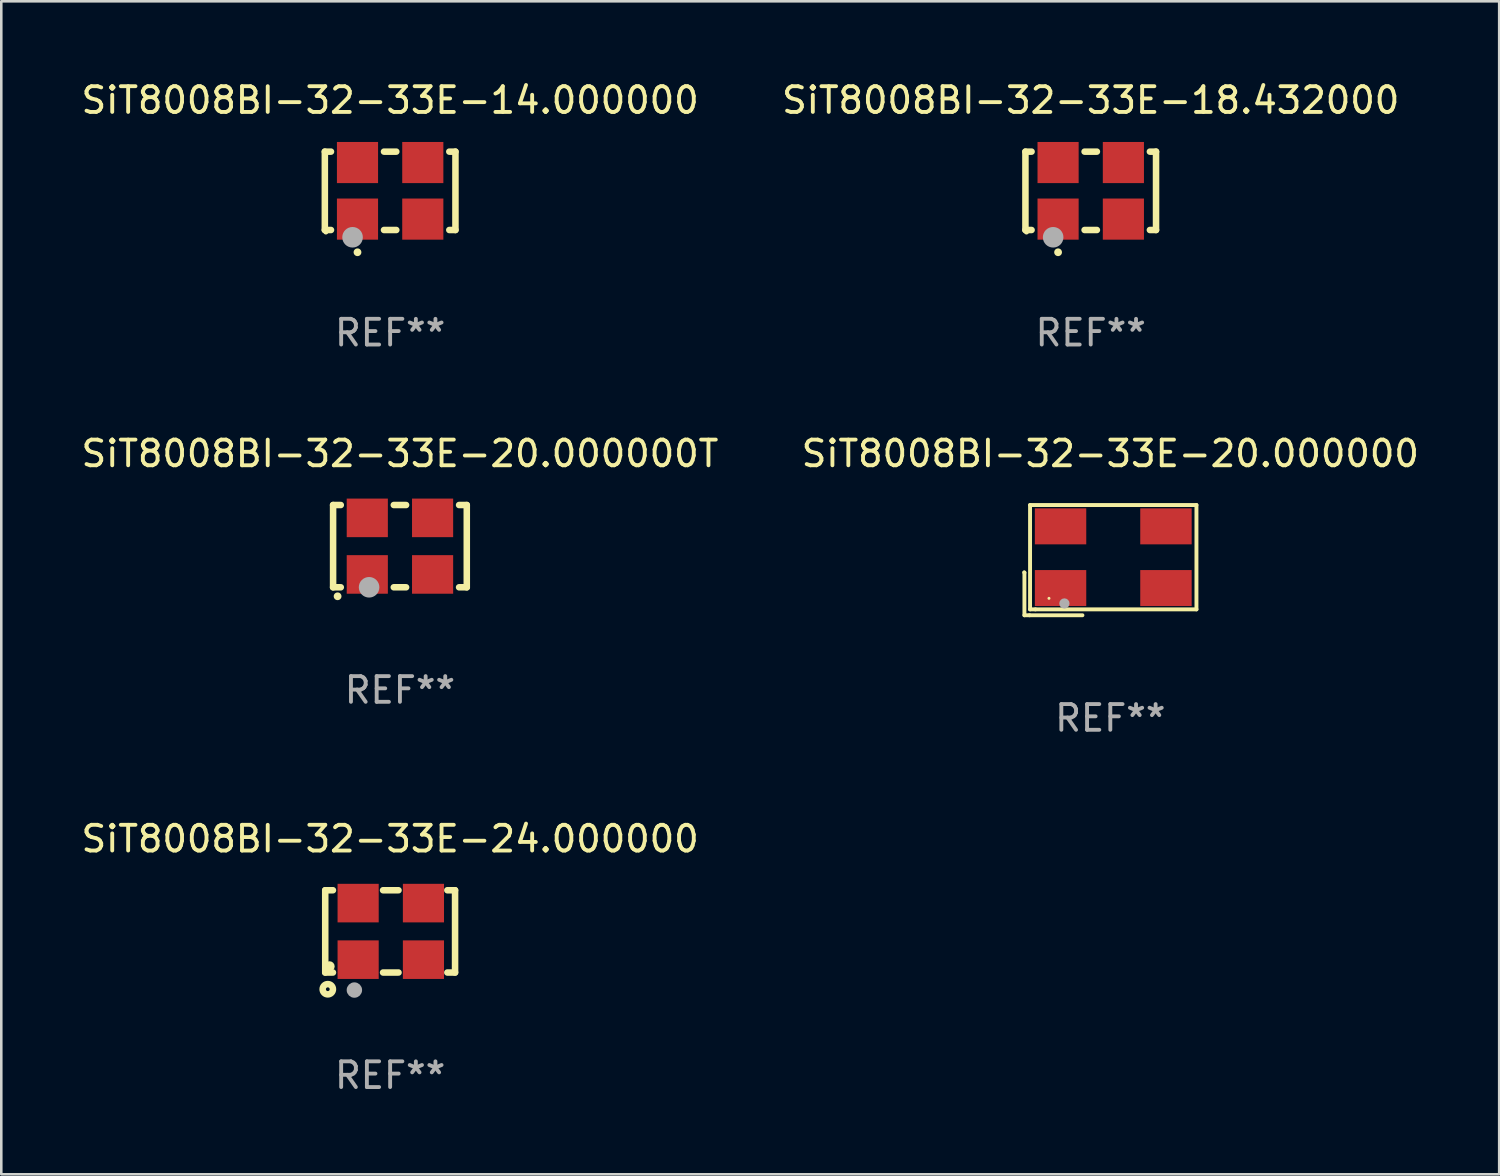
<source format=kicad_pcb>
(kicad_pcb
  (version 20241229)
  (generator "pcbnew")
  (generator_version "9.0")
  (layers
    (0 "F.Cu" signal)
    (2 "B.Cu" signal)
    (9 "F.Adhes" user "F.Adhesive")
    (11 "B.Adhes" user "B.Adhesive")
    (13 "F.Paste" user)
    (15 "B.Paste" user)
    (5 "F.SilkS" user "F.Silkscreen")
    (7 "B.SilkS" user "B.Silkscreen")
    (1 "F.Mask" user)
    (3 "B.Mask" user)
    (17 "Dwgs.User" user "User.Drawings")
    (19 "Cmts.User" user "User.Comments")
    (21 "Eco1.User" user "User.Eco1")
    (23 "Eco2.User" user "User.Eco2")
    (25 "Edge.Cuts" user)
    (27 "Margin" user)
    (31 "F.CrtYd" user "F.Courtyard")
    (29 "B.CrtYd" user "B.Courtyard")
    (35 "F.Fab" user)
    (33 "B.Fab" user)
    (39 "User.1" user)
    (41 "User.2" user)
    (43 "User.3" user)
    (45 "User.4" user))
  (footprint "SiT8008BI-32-33E-18.432000"
    (layer "F.Cu")
    (at 39.375 4.372)
    (property "Reference" "SiT8008BI-32-33E-18.432000" (at 0 -3.524 0) (layer "F.SilkS") (effects (font (size 1 1) (thickness 0.15))))
    (attr through_hole)
    (fp_line (start -2.54 -1.524) (end -2.301 -1.524) (stroke (width 0.254) (type solid)) (layer "F.SilkS"))
    (fp_line (start -2.54 1.524) (end -2.54 -1.524) (stroke (width 0.254) (type solid)) (layer "F.SilkS"))
    (fp_line (start -2.301 1.524) (end -2.54 1.524) (stroke (width 0.254) (type solid)) (layer "F.SilkS"))
    (fp_line (start -0.239 -1.524) (end 0.239 -1.524) (stroke (width 0.254) (type solid)) (layer "F.SilkS"))
    (fp_line (start 0.239 1.524) (end -0.239 1.524) (stroke (width 0.254) (type solid)) (layer "F.SilkS"))
    (fp_line (start 2.301 -1.524) (end 2.54 -1.524) (stroke (width 0.254) (type solid)) (layer "F.SilkS"))
    (fp_line (start 2.54 -1.524) (end 2.54 1.524) (stroke (width 0.254) (type solid)) (layer "F.SilkS"))
    (fp_line (start 2.54 1.524) (end 2.301 1.524) (stroke (width 0.254) (type solid)) (layer "F.SilkS"))
    (fp_arc (start -1.271298 2.389992) (mid -1.270028 2.389987) (end -1.268758 2.389992) (stroke (width 0.3) (type solid)) (layer "F.SilkS"))
    (fp_circle (center -2.5 1.6) (end -2.45 1.6) (stroke (width 0.1) (type solid)) (fill no) (layer "F.SilkS"))
    (fp_circle (center -1.462 1.807) (end -1.262 1.807) (stroke (width 0.4) (type solid)) (fill no) (layer "F.Fab"))
    (fp_text user "REF**" (at 0 5.524 0) (layer "F.Fab") (effects (font (size 1 1) (thickness 0.15))))
    (pad "1" smd rect (at -1.27 1.1) (size 1.6 1.6) (layers "F.Cu" "F.Mask" "F.Paste"))
    (pad "2" smd rect (at 1.27 1.1) (size 1.6 1.6) (layers "F.Cu" "F.Mask" "F.Paste"))
    (pad "3" smd rect (at 1.27 -1.1) (size 1.6 1.6) (layers "F.Cu" "F.Mask" "F.Paste"))
    (pad "4" smd rect (at -1.27 -1.1) (size 1.6 1.6) (layers "F.Cu" "F.Mask" "F.Paste")))
  (footprint "SiT8008BI-32-33E-20.000000"
    (layer "F.Cu")
    (at 40.137 18.737)
    (property "Reference" "SiT8008BI-32-33E-20.000000" (at 0 -4.144 0) (layer "F.SilkS") (effects (font (size 1 1) (thickness 0.15))))
    (attr through_hole)
    (fp_line (start -3.35 0.476) (end -3.341 0.485) (stroke (width 0.152) (type solid)) (layer "F.SilkS"))
    (fp_line (start -3.341 0.485) (end -3.341 2.144) (stroke (width 0.152) (type solid)) (layer "F.SilkS"))
    (fp_line (start -3.341 2.144) (end -3.143 2.144) (stroke (width 0.152) (type solid)) (layer "F.SilkS"))
    (fp_line (start -3.143 2.144) (end -1.085 2.144) (stroke (width 0.152) (type solid)) (layer "F.SilkS"))
    (fp_line (start -3.122 -2.144) (end 3.35 -2.144) (stroke (width 0.152) (type solid)) (layer "F.SilkS"))
    (fp_line (start -3.122 1.915) (end -3.122 -2.144) (stroke (width 0.152) (type solid)) (layer "F.SilkS"))
    (fp_line (start -2.914 1.915) (end -3.122 1.915) (stroke (width 0.152) (type solid)) (layer "F.SilkS"))
    (fp_line (start 3.35 -2.144) (end 3.35 1.915) (stroke (width 0.152) (type solid)) (layer "F.SilkS"))
    (fp_line (start 3.35 1.915) (end -2.914 1.915) (stroke (width 0.152) (type solid)) (layer "F.SilkS"))
    (fp_circle (center -2.386 1.486) (end -2.356 1.486) (stroke (width 0.06) (type solid)) (fill no) (layer "F.SilkS"))
    (fp_circle (center -1.786 1.686) (end -1.686 1.686) (stroke (width 0.2) (type solid)) (fill no) (layer "F.Fab"))
    (fp_text user "REF**" (at 0 6.144 0) (layer "F.Fab") (effects (font (size 1 1) (thickness 0.15))))
    (pad "1" smd rect (at -1.936 1.086) (size 2 1.4) (layers "F.Cu" "F.Mask" "F.Paste"))
    (pad "2" smd rect (at 2.164 1.086) (size 2 1.4) (layers "F.Cu" "F.Mask" "F.Paste"))
    (pad "3" smd rect (at 2.164 -1.314) (size 2 1.4) (layers "F.Cu" "F.Mask" "F.Paste"))
    (pad "4" smd rect (at -1.936 -1.314) (size 2 1.4) (layers "F.Cu" "F.Mask" "F.Paste")))
  (footprint "SiT8008BI-32-33E-20.000000T"
    (layer "F.Cu")
    (at 12.506 18.193)
    (property "Reference" "SiT8008BI-32-33E-20.000000T" (at 0 -3.6 0) (layer "F.SilkS") (effects (font (size 1 1) (thickness 0.15))))
    (attr through_hole)
    (fp_line (start -2.6 -1.6) (end -2.301 -1.6) (stroke (width 0.254) (type solid)) (layer "F.SilkS"))
    (fp_line (start -2.6 1.6) (end -2.6 -1.6) (stroke (width 0.254) (type solid)) (layer "F.SilkS"))
    (fp_line (start -2.301 1.6) (end -2.6 1.6) (stroke (width 0.254) (type solid)) (layer "F.SilkS"))
    (fp_line (start -0.239 -1.6) (end 0.239 -1.6) (stroke (width 0.254) (type solid)) (layer "F.SilkS"))
    (fp_line (start 0.239 1.6) (end -0.239 1.6) (stroke (width 0.254) (type solid)) (layer "F.SilkS"))
    (fp_line (start 2.301 -1.6) (end 2.6 -1.6) (stroke (width 0.254) (type solid)) (layer "F.SilkS"))
    (fp_line (start 2.6 -1.6) (end 2.6 1.6) (stroke (width 0.254) (type solid)) (layer "F.SilkS"))
    (fp_line (start 2.6 1.6) (end 2.301 1.6) (stroke (width 0.254) (type solid)) (layer "F.SilkS"))
    (fp_arc (start -2.426213 1.949987) (mid -2.424943 1.949982) (end -2.423673 1.949987) (stroke (width 0.3) (type solid)) (layer "F.SilkS"))
    (fp_circle (center -2.5 1.6) (end -2.47 1.6) (stroke (width 0.06) (type solid)) (fill no) (layer "F.SilkS"))
    (fp_circle (center -1.2 1.6) (end -1 1.6) (stroke (width 0.4) (type solid)) (fill no) (layer "F.Fab"))
    (fp_text user "REF**" (at 0 5.6 0) (layer "F.Fab") (effects (font (size 1 1) (thickness 0.15))))
    (pad "1" smd rect (at -1.27 1.1) (size 1.6 1.5) (layers "F.Cu" "F.Mask" "F.Paste"))
    (pad "2" smd rect (at 1.27 1.1) (size 1.6 1.5) (layers "F.Cu" "F.Mask" "F.Paste"))
    (pad "3" smd rect (at 1.27 -1.1) (size 1.6 1.5) (layers "F.Cu" "F.Mask" "F.Paste"))
    (pad "4" smd rect (at -1.27 -1.1) (size 1.6 1.5) (layers "F.Cu" "F.Mask" "F.Paste")))
  (footprint "SiT8008BI-32-33E-14.000000"
    (layer "F.Cu")
    (at 12.125 4.372)
    (property "Reference" "SiT8008BI-32-33E-14.000000" (at 0 -3.524 0) (layer "F.SilkS") (effects (font (size 1 1) (thickness 0.15))))
    (attr through_hole)
    (fp_line (start -2.54 -1.524) (end -2.301 -1.524) (stroke (width 0.254) (type solid)) (layer "F.SilkS"))
    (fp_line (start -2.54 1.524) (end -2.54 -1.524) (stroke (width 0.254) (type solid)) (layer "F.SilkS"))
    (fp_line (start -2.301 1.524) (end -2.54 1.524) (stroke (width 0.254) (type solid)) (layer "F.SilkS"))
    (fp_line (start -0.239 -1.524) (end 0.239 -1.524) (stroke (width 0.254) (type solid)) (layer "F.SilkS"))
    (fp_line (start 0.239 1.524) (end -0.239 1.524) (stroke (width 0.254) (type solid)) (layer "F.SilkS"))
    (fp_line (start 2.301 -1.524) (end 2.54 -1.524) (stroke (width 0.254) (type solid)) (layer "F.SilkS"))
    (fp_line (start 2.54 -1.524) (end 2.54 1.524) (stroke (width 0.254) (type solid)) (layer "F.SilkS"))
    (fp_line (start 2.54 1.524) (end 2.301 1.524) (stroke (width 0.254) (type solid)) (layer "F.SilkS"))
    (fp_arc (start -1.271298 2.389992) (mid -1.270028 2.389987) (end -1.268758 2.389992) (stroke (width 0.3) (type solid)) (layer "F.SilkS"))
    (fp_circle (center -2.5 1.6) (end -2.45 1.6) (stroke (width 0.1) (type solid)) (fill no) (layer "F.SilkS"))
    (fp_circle (center -1.462 1.807) (end -1.262 1.807) (stroke (width 0.4) (type solid)) (fill no) (layer "F.Fab"))
    (fp_text user "REF**" (at 0 5.524 0) (layer "F.Fab") (effects (font (size 1 1) (thickness 0.15))))
    (pad "1" smd rect (at -1.27 1.1) (size 1.6 1.6) (layers "F.Cu" "F.Mask" "F.Paste"))
    (pad "2" smd rect (at 1.27 1.1) (size 1.6 1.6) (layers "F.Cu" "F.Mask" "F.Paste"))
    (pad "3" smd rect (at 1.27 -1.1) (size 1.6 1.6) (layers "F.Cu" "F.Mask" "F.Paste"))
    (pad "4" smd rect (at -1.27 -1.1) (size 1.6 1.6) (layers "F.Cu" "F.Mask" "F.Paste")))
  (footprint "SiT8008BI-32-33E-24.000000"
    (layer "F.Cu")
    (at 12.125 33.177)
    (property "Reference" "SiT8008BI-32-33E-24.000000" (at 0 -3.6 0) (layer "F.SilkS") (effects (font (size 1 1) (thickness 0.15))))
    (attr through_hole)
    (fp_line (start -2.525 -1.6) (end -2.225 -1.6) (stroke (width 0.254) (type solid)) (layer "F.SilkS"))
    (fp_line (start -2.525 1.6) (end -2.525 -1.6) (stroke (width 0.254) (type solid)) (layer "F.SilkS"))
    (fp_line (start -2.225 1.6) (end -2.525 1.6) (stroke (width 0.254) (type solid)) (layer "F.SilkS"))
    (fp_line (start -0.275 -1.6) (end 0.325 -1.6) (stroke (width 0.254) (type solid)) (layer "F.SilkS"))
    (fp_line (start -0.275 1.6) (end 0.325 1.6) (stroke (width 0.254) (type solid)) (layer "F.SilkS"))
    (fp_line (start 2.225 -1.6) (end 2.525 -1.6) (stroke (width 0.254) (type solid)) (layer "F.SilkS"))
    (fp_line (start 2.525 -1.6) (end 2.525 1.6) (stroke (width 0.254) (type solid)) (layer "F.SilkS"))
    (fp_line (start 2.525 1.6) (end 2.225 1.6) (stroke (width 0.254) (type solid)) (layer "F.SilkS"))
    (fp_circle (center -2.425 2.25) (end -2.225 2.25) (stroke (width 0.254) (type solid)) (fill no) (layer "F.SilkS"))
    (fp_circle (center -2.357 1.362) (end -2.257 1.362) (stroke (width 0.2) (type solid)) (fill no) (layer "F.SilkS"))
    (fp_circle (center -1.391 2.282) (end -1.241 2.282) (stroke (width 0.3) (type solid)) (fill no) (layer "F.Fab"))
    (fp_text user "REF**" (at 0 5.6 0) (layer "F.Fab") (effects (font (size 1 1) (thickness 0.15))))
    (pad "1" smd rect (at -1.245 1.1) (size 1.6 1.5) (layers "F.Cu" "F.Mask" "F.Paste"))
    (pad "2" smd rect (at 1.295 1.1) (size 1.6 1.5) (layers "F.Cu" "F.Mask" "F.Paste"))
    (pad "3" smd rect (at 1.295 -1.1 180) (size 1.6 1.5) (layers "F.Cu" "F.Mask" "F.Paste"))
    (pad "4" smd rect (at -1.245 -1.1) (size 1.6 1.5) (layers "F.Cu" "F.Mask" "F.Paste")))
  (gr_rect
    (start -3 -3)
    (end 55.262 42.625)
    (stroke (width 0.1) (type default))
    (fill no)
    (layer "Edge.Cuts")))
</source>
